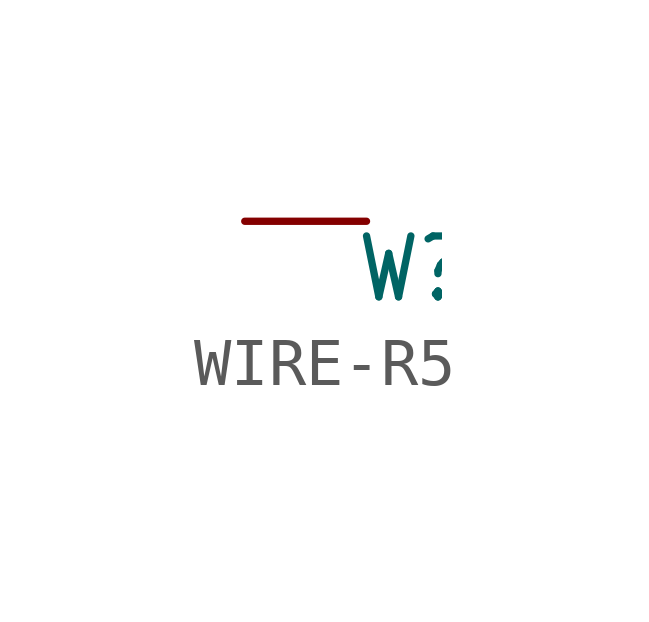
<source format=kicad_sym>
(kicad_symbol_lib
  (version 20211014)
  (generator kicad_symbol_editor)
  (symbol "WIRE-R5"
    (property "Reference" "W"
      (at 2.286 -0.254 0)
      (effects (font (size 1.27 1.079)) (justify left top)))
    (property "ki_locked" ""
      (at 0 0 0)
      (effects (font (size 1.27 1.27))))
    (symbol "WIRE-R5_1_0"
      (pin bidirectional line (at 0 0 0) (length 2.54) (name "P$1" (effects (font (size 0 0)))) (number "P$1" (effects (font (size 0 0))))))))
</source>
